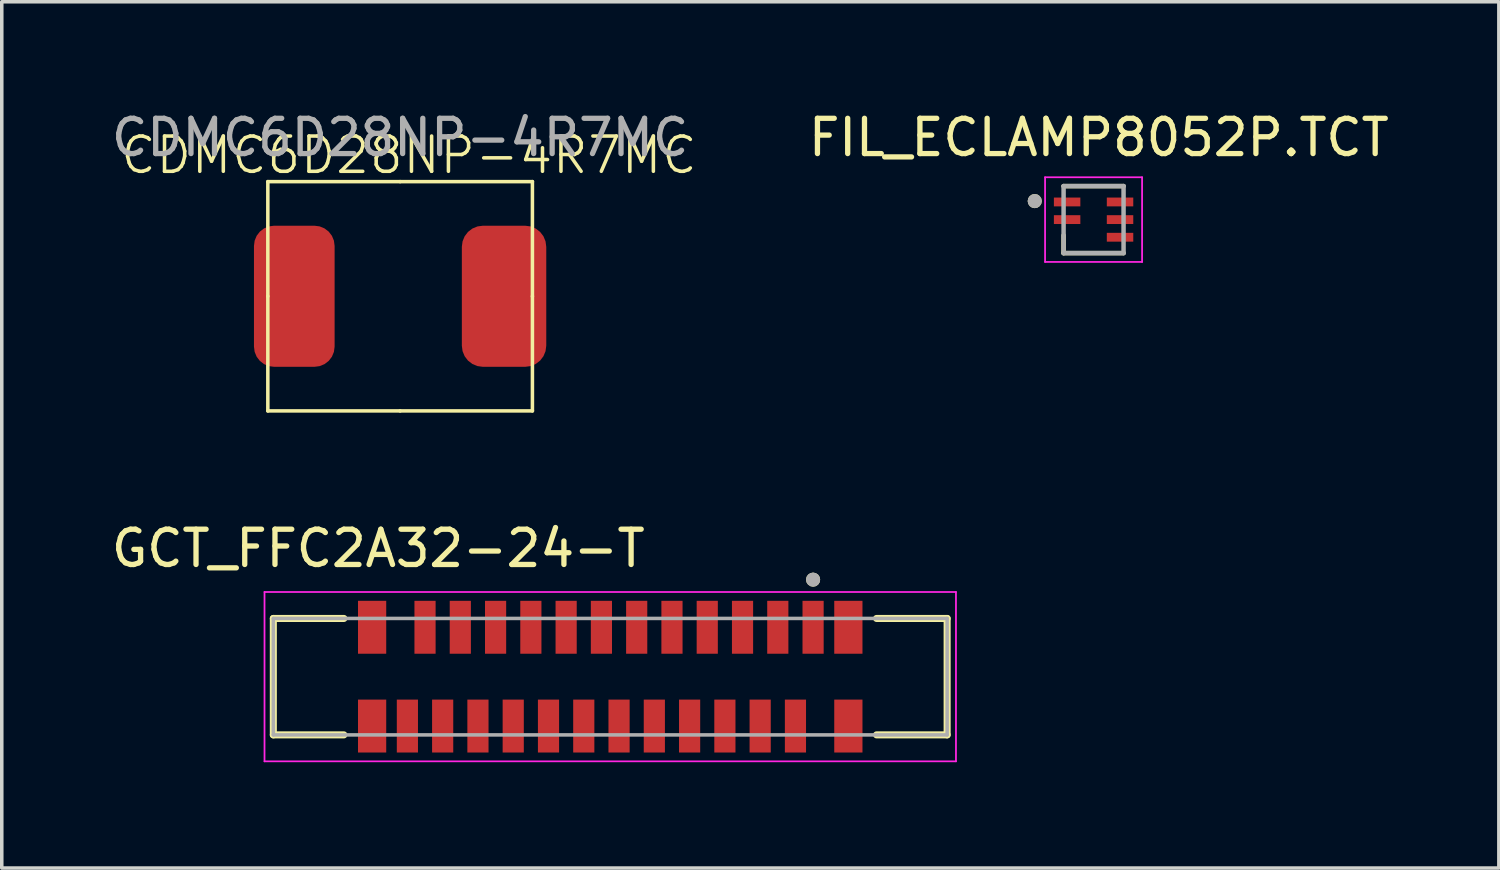
<source format=kicad_pcb>
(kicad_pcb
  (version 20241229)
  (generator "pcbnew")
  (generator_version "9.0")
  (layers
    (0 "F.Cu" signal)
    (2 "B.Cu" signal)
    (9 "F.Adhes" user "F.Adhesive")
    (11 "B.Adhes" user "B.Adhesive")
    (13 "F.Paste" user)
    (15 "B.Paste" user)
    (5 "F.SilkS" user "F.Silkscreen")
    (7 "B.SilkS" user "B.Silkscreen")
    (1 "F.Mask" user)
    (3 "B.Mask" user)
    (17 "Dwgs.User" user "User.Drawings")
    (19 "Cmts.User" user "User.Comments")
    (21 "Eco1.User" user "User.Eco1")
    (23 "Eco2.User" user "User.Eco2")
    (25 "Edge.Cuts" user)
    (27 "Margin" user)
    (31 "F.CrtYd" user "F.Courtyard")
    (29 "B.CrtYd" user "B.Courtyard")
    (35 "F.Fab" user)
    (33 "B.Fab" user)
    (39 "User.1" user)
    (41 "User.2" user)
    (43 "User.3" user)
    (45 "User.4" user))
  (footprint "GCT_FFC2A32-24-T"
    (layer "F.Cu")
    (at 14.248 16.131)
    (property "Reference" "GCT_FFC2A32-24-T" (at -6.575 -3.635 0) (layer "F.SilkS") (effects (font (size 1 1) (thickness 0.15))))
    (attr smd)
    (fp_line (start -9.55 -1.65) (end -7.55 -1.65) (stroke (width 0.2) (type solid)) (layer "F.SilkS"))
    (fp_line (start -9.55 1.65) (end -9.55 -1.65) (stroke (width 0.2) (type solid)) (layer "F.SilkS"))
    (fp_line (start -7.55 1.65) (end -9.55 1.65) (stroke (width 0.2) (type solid)) (layer "F.SilkS"))
    (fp_line (start 7.55 1.65) (end 9.55 1.65) (stroke (width 0.2) (type solid)) (layer "F.SilkS"))
    (fp_line (start 9.55 -1.65) (end 7.55 -1.65) (stroke (width 0.2) (type solid)) (layer "F.SilkS"))
    (fp_line (start 9.55 1.65) (end 9.55 -1.65) (stroke (width 0.2) (type solid)) (layer "F.SilkS"))
    (fp_circle (center 5.75 -2.75) (end 5.85 -2.75) (stroke (width 0.2) (type solid)) (fill no) (layer "F.SilkS"))
    (fp_line (start -9.8 -2.4) (end 9.8 -2.4) (stroke (width 0.05) (type solid)) (layer "F.CrtYd"))
    (fp_line (start -9.8 2.4) (end -9.8 -2.4) (stroke (width 0.05) (type solid)) (layer "F.CrtYd"))
    (fp_line (start 9.8 -2.4) (end 9.8 2.4) (stroke (width 0.05) (type solid)) (layer "F.CrtYd"))
    (fp_line (start 9.8 2.4) (end -9.8 2.4) (stroke (width 0.05) (type solid)) (layer "F.CrtYd"))
    (fp_line (start -9.55 -1.65) (end 9.55 -1.65) (stroke (width 0.1) (type solid)) (layer "F.Fab"))
    (fp_line (start -9.55 1.65) (end -9.55 -1.65) (stroke (width 0.1) (type solid)) (layer "F.Fab"))
    (fp_line (start 9.55 -1.65) (end 9.55 1.65) (stroke (width 0.1) (type solid)) (layer "F.Fab"))
    (fp_line (start 9.55 1.65) (end -9.55 1.65) (stroke (width 0.1) (type solid)) (layer "F.Fab"))
    (fp_circle (center 5.75 -2.75) (end 5.85 -2.75) (stroke (width 0.2) (type solid)) (fill no) (layer "F.Fab"))
    (pad "1" smd rect (at 5.75 -1.4 180) (size 0.6 1.5) (layers "F.Cu" "F.Mask" "F.Paste"))
    (pad "2" smd rect (at 5.25 1.4 180) (size 0.6 1.5) (layers "F.Cu" "F.Mask" "F.Paste"))
    (pad "3" smd rect (at 4.75 -1.4 180) (size 0.6 1.5) (layers "F.Cu" "F.Mask" "F.Paste"))
    (pad "4" smd rect (at 4.25 1.4 180) (size 0.6 1.5) (layers "F.Cu" "F.Mask" "F.Paste"))
    (pad "5" smd rect (at 3.75 -1.4 180) (size 0.6 1.5) (layers "F.Cu" "F.Mask" "F.Paste"))
    (pad "6" smd rect (at 3.25 1.4 180) (size 0.6 1.5) (layers "F.Cu" "F.Mask" "F.Paste"))
    (pad "7" smd rect (at 2.75 -1.4 180) (size 0.6 1.5) (layers "F.Cu" "F.Mask" "F.Paste"))
    (pad "8" smd rect (at 2.25 1.4 180) (size 0.6 1.5) (layers "F.Cu" "F.Mask" "F.Paste"))
    (pad "9" smd rect (at 1.75 -1.4 180) (size 0.6 1.5) (layers "F.Cu" "F.Mask" "F.Paste"))
    (pad "10" smd rect (at 1.25 1.4 180) (size 0.6 1.5) (layers "F.Cu" "F.Mask" "F.Paste"))
    (pad "11" smd rect (at 0.75 -1.4 180) (size 0.6 1.5) (layers "F.Cu" "F.Mask" "F.Paste"))
    (pad "12" smd rect (at 0.25 1.4 180) (size 0.6 1.5) (layers "F.Cu" "F.Mask" "F.Paste"))
    (pad "13" smd rect (at -0.25 -1.4 180) (size 0.6 1.5) (layers "F.Cu" "F.Mask" "F.Paste"))
    (pad "14" smd rect (at -0.75 1.4 180) (size 0.6 1.5) (layers "F.Cu" "F.Mask" "F.Paste"))
    (pad "15" smd rect (at -1.25 -1.4 180) (size 0.6 1.5) (layers "F.Cu" "F.Mask" "F.Paste"))
    (pad "16" smd rect (at -1.75 1.4 180) (size 0.6 1.5) (layers "F.Cu" "F.Mask" "F.Paste"))
    (pad "17" smd rect (at -2.25 -1.4 180) (size 0.6 1.5) (layers "F.Cu" "F.Mask" "F.Paste"))
    (pad "18" smd rect (at -2.75 1.4 180) (size 0.6 1.5) (layers "F.Cu" "F.Mask" "F.Paste"))
    (pad "19" smd rect (at -3.25 -1.4 180) (size 0.6 1.5) (layers "F.Cu" "F.Mask" "F.Paste"))
    (pad "20" smd rect (at -3.75 1.4 180) (size 0.6 1.5) (layers "F.Cu" "F.Mask" "F.Paste"))
    (pad "21" smd rect (at -4.25 -1.4 180) (size 0.6 1.5) (layers "F.Cu" "F.Mask" "F.Paste"))
    (pad "22" smd rect (at -4.75 1.4 180) (size 0.6 1.5) (layers "F.Cu" "F.Mask" "F.Paste"))
    (pad "23" smd rect (at -5.25 -1.4 180) (size 0.6 1.5) (layers "F.Cu" "F.Mask" "F.Paste"))
    (pad "24" smd rect (at -5.75 1.4 180) (size 0.6 1.5) (layers "F.Cu" "F.Mask" "F.Paste"))
    (pad "S1" smd rect (at 6.75 1.4 180) (size 0.8 1.5) (layers "F.Cu" "F.Mask" "F.Paste"))
    (pad "S2" smd rect (at 6.75 -1.4 180) (size 0.8 1.5) (layers "F.Cu" "F.Mask" "F.Paste"))
    (pad "S3" smd rect (at -6.75 1.4 180) (size 0.8 1.5) (layers "F.Cu" "F.Mask" "F.Paste"))
    (pad "S4" smd rect (at -6.75 -1.4 180) (size 0.8 1.5) (layers "F.Cu" "F.Mask" "F.Paste")))
  (footprint "FIL_ECLAMP8052P.TCT"
    (layer "F.Cu")
    (at 27.949 3.175)
    (property "Reference" "FIL_ECLAMP8052P.TCT" (at 0.149 -2.327 0) (layer "F.SilkS") (effects (font (size 1 1) (thickness 0.15))))
    (attr smd)
    (fp_line (start -0.85 -0.95) (end 0.85 -0.95) (stroke (width 0.127) (type solid)) (layer "F.SilkS"))
    (fp_line (start -0.85 0.95) (end -0.85 0.445) (stroke (width 0.127) (type solid)) (layer "F.SilkS"))
    (fp_line (start 0.85 0.95) (end -0.85 0.95) (stroke (width 0.127) (type solid)) (layer "F.SilkS"))
    (fp_circle (center -1.668 -0.525) (end -1.568 -0.525) (stroke (width 0.2) (type solid)) (fill no) (layer "F.SilkS"))
    (fp_line (start -1.375 -1.2) (end -1.375 1.2) (stroke (width 0.05) (type solid)) (layer "F.CrtYd"))
    (fp_line (start -1.375 1.2) (end 1.375 1.2) (stroke (width 0.05) (type solid)) (layer "F.CrtYd"))
    (fp_line (start 1.375 -1.2) (end -1.375 -1.2) (stroke (width 0.05) (type solid)) (layer "F.CrtYd"))
    (fp_line (start 1.375 1.2) (end 1.375 -1.2) (stroke (width 0.05) (type solid)) (layer "F.CrtYd"))
    (fp_line (start -0.85 -0.95) (end 0.85 -0.95) (stroke (width 0.127) (type solid)) (layer "F.Fab"))
    (fp_line (start -0.85 0.95) (end -0.85 -0.95) (stroke (width 0.127) (type solid)) (layer "F.Fab"))
    (fp_line (start 0.85 -0.95) (end 0.85 0.95) (stroke (width 0.127) (type solid)) (layer "F.Fab"))
    (fp_line (start 0.85 0.95) (end -0.85 0.95) (stroke (width 0.127) (type solid)) (layer "F.Fab"))
    (fp_circle (center -1.668 -0.525) (end -1.568 -0.525) (stroke (width 0.2) (type solid)) (fill no) (layer "F.Fab"))
    (pad "1" smd rect (at -0.75 -0.5) (size 0.75 0.25) (layers "F.Cu" "F.Mask" "F.Paste"))
    (pad "2" smd rect (at -0.75 0) (size 0.75 0.25) (layers "F.Cu" "F.Mask" "F.Paste"))
    (pad "3" smd rect (at 0.75 0.5) (size 0.75 0.25) (layers "F.Cu" "F.Mask" "F.Paste"))
    (pad "4" smd rect (at 0.75 0) (size 0.75 0.25) (layers "F.Cu" "F.Mask" "F.Paste"))
    (pad "5" smd rect (at 0.75 -0.5) (size 0.75 0.25) (layers "F.Cu" "F.Mask" "F.Paste")))
  (footprint "CDMC6D28NP-4R7MC"
    (layer "F.Cu")
    (at 8.292 5.348)
    (property "Reference" "CDMC6D28NP-4R7MC" (at 0.25 -4 0) (unlocked yes) (layer "F.SilkS") (effects (font (size 1 1) (thickness 0.1))))
    (attr smd)
    (fp_rect (start 2.25 -1.75) (end 3.75 1.75) (stroke (width 0.2) (type default)) (fill no) (layer "F.Cu"))
    (fp_line (start -3.75 -3.25) (end 0 -3.25) (stroke (width 0.1) (type default)) (layer "F.SilkS"))
    (fp_line (start -3.75 0) (end -3.75 -3.25) (stroke (width 0.1) (type default)) (layer "F.SilkS"))
    (fp_line (start -3.75 0) (end -3.75 3.25) (stroke (width 0.1) (type default)) (layer "F.SilkS"))
    (fp_line (start -3.75 3.25) (end 0 3.25) (stroke (width 0.1) (type default)) (layer "F.SilkS"))
    (fp_line (start 0 -3.25) (end 3.75 -3.25) (stroke (width 0.1) (type default)) (layer "F.SilkS"))
    (fp_line (start 0 3.25) (end 3.75 3.25) (stroke (width 0.1) (type default)) (layer "F.SilkS"))
    (fp_line (start 3.75 -3.25) (end 3.75 0) (stroke (width 0.1) (type default)) (layer "F.SilkS"))
    (fp_line (start 3.75 3.25) (end 3.75 0) (stroke (width 0.1) (type default)) (layer "F.SilkS"))
    (fp_text user "${REFERENCE}" (at 0 -4.5 0) (unlocked yes) (layer "F.Fab") (effects (font (size 1 1) (thickness 0.15))))
    (pad "1" smd roundrect (at 2.946 0) (size 2.393 4) (layers "F.Cu" "F.Mask" "F.Paste") (roundrect_rratio 0.25))
    (pad "2" smd roundrect (at -3 0) (size 2.286 4) (layers "F.Cu" "F.Mask" "F.Paste") (roundrect_rratio 0.25))
    (zone (net_name "") (layer "F.Cu") (hatch edge 0.5) (connect_pads) (min_thickness 0.25) (filled_areas_thickness no) (keepout (tracks not_allowed) (vias not_allowed) (pads not_allowed) (copperpour allowed) (footprints allowed)) (placement (enabled no)) (fill) (polygon (pts (xy 4.542 3.598) (xy 6.042 3.598) (xy 6.042 7.098) (xy 4.542 7.098)))))
  (gr_rect
    (start -3 -3)
    (end 39.437 21.556)
    (stroke (width 0.1) (type default))
    (fill no)
    (layer "Edge.Cuts")))
</source>
